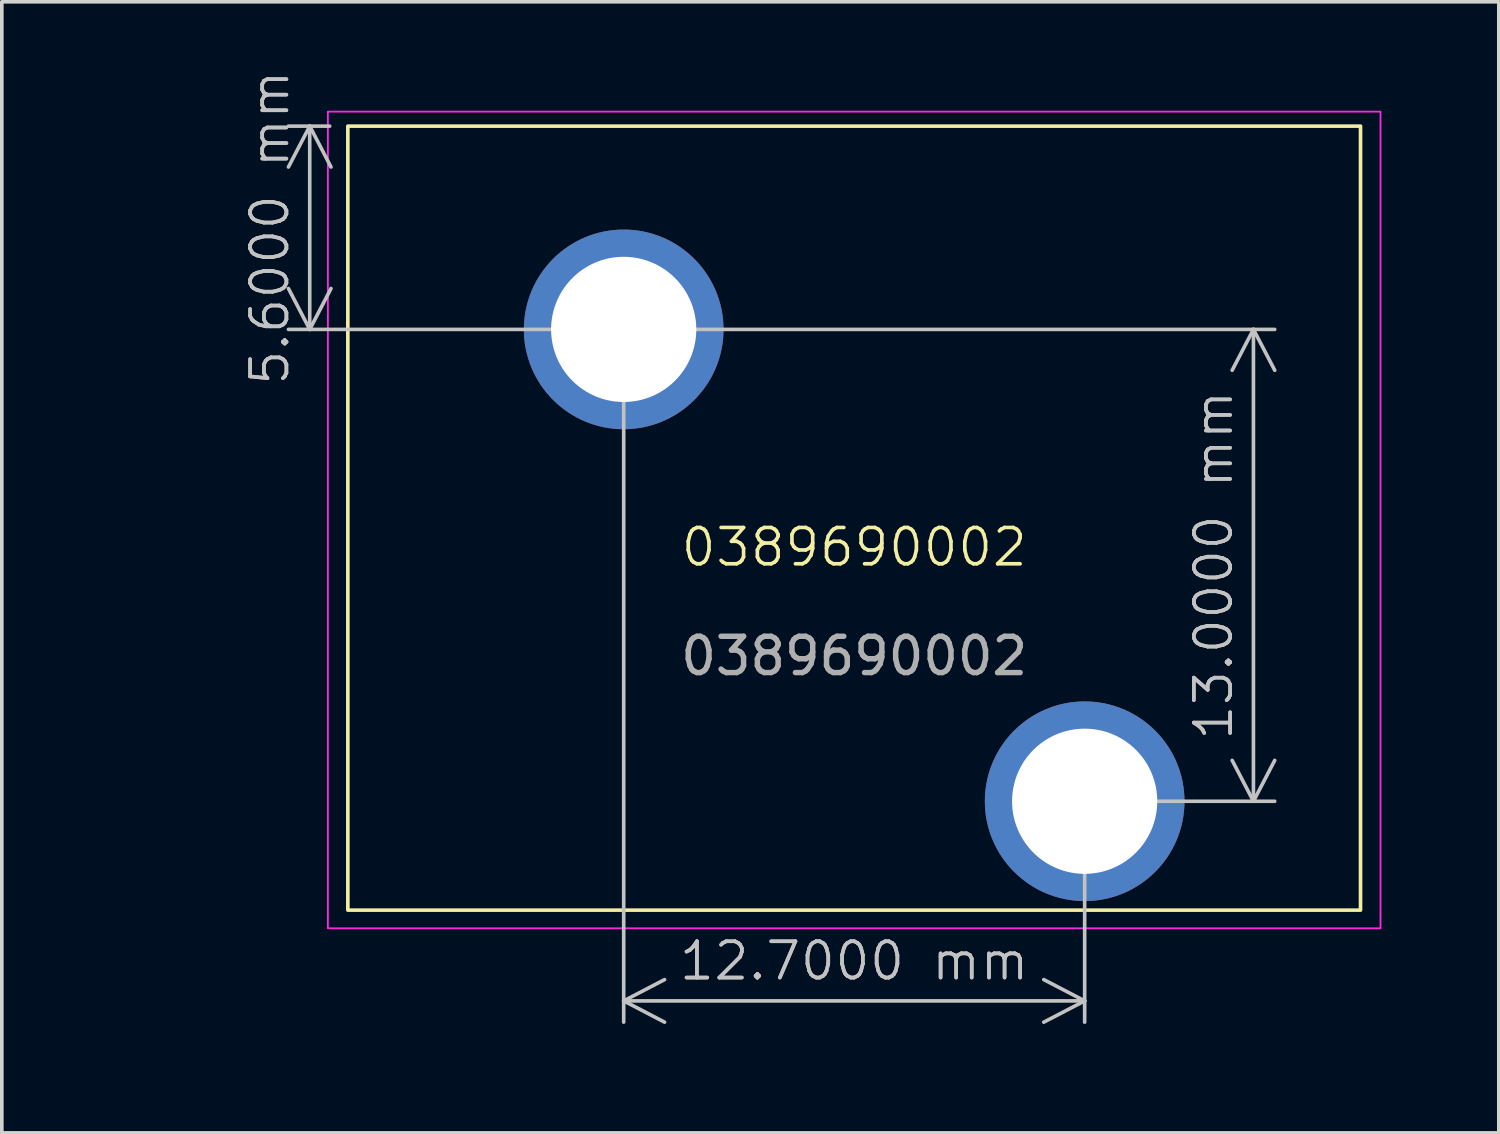
<source format=kicad_pcb>
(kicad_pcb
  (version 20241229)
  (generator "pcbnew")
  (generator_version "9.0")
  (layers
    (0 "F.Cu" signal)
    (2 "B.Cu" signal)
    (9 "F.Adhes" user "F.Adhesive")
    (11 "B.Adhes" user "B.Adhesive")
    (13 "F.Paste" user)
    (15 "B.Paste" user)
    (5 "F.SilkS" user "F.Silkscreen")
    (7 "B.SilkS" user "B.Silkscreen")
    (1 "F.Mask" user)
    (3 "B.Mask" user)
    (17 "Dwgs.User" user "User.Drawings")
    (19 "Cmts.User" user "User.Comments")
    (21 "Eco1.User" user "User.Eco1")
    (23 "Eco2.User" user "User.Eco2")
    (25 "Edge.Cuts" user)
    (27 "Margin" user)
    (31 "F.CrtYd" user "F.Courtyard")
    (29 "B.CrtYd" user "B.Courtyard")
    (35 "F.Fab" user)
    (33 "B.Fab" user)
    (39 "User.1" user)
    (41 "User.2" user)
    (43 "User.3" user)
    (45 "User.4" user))
  (footprint "0389690002"
    (layer "F.Cu")
    (at 20.483 12.525)
    (property "Reference" "0389690002" (at 0 -0.5 0) (unlocked yes) (layer "F.SilkS") (effects (font (size 1 1) (thickness 0.1))))
    (attr through_hole)
    (fp_rect (start -13.95 -12.1) (end 13.95 9.5) (stroke (width 0.1) (type default)) (fill no) (layer "F.SilkS"))
    (fp_rect (start -14.5 -12.5) (end 14.5 10) (stroke (width 0.05) (type default)) (fill no) (layer "F.CrtYd"))
    (fp_text user "${REFERENCE}" (at 0 2.5 0) (unlocked yes) (layer "F.Fab") (effects (font (size 1 1) (thickness 0.15))))
    (dimension (type orthogonal) (layer "Dwgs.User") (pts (xy 26.833 19.025) (xy 14.133 6.025)) (height 5.5) (orientation 0) (format (prefix "") (suffix "") (units 3) (units_format 1) (precision 4)) (style (thickness 0.1) (arrow_length 1.27) (text_position_mode 0) (arrow_direction outward) (extension_height 0.586) (extension_offset 0.5) (keep_text_aligned yes)) (gr_text "12.7000 mm" (at 20.483 23.425 0) (layer "Dwgs.User") (effects (font (size 1 1) (thickness 0.1)))))
    (dimension (type orthogonal) (layer "Dwgs.User") (pts (xy 14.133 6.025) (xy 26.833 19.025)) (height 17.35) (orientation 1) (format (prefix "") (suffix "") (units 3) (units_format 1) (precision 4)) (style (thickness 0.1) (arrow_length 1.27) (text_position_mode 0) (arrow_direction outward) (extension_height 0.586) (extension_offset 0.5) (keep_text_aligned yes)) (gr_text "13.0000 mm" (at 30.383 12.525 90) (layer "Dwgs.User") (effects (font (size 1 1) (thickness 0.1)))))
    (dimension (type orthogonal) (layer "Dwgs.User") (pts (xy 14.133 6.025) (xy 6.533 0.425)) (height -8.65) (orientation 1) (format (prefix "") (suffix "") (units 3) (units_format 1) (precision 4)) (style (thickness 0.1) (arrow_length 1.27) (text_position_mode 0) (arrow_direction outward) (extension_height 0.586) (extension_offset 0.5) (keep_text_aligned yes)) (gr_text "5.6000 mm" (at 4.383 3.225 90) (layer "Dwgs.User") (effects (font (size 1 1) (thickness 0.1)))))
    (pad "1" thru_hole circle (at -6.35 -6.5) (size 5.5 5.5) (drill 4) (layers "*.Cu" "*.Mask"))
    (pad "2" thru_hole circle (at 6.35 6.5) (size 5.5 5.5) (drill 4) (layers "*.Cu" "*.Mask")))
  (gr_rect
    (start -3 -3)
    (end 38.243 28.161)
    (stroke (width 0.1) (type default))
    (fill no)
    (layer "Edge.Cuts")))
</source>
